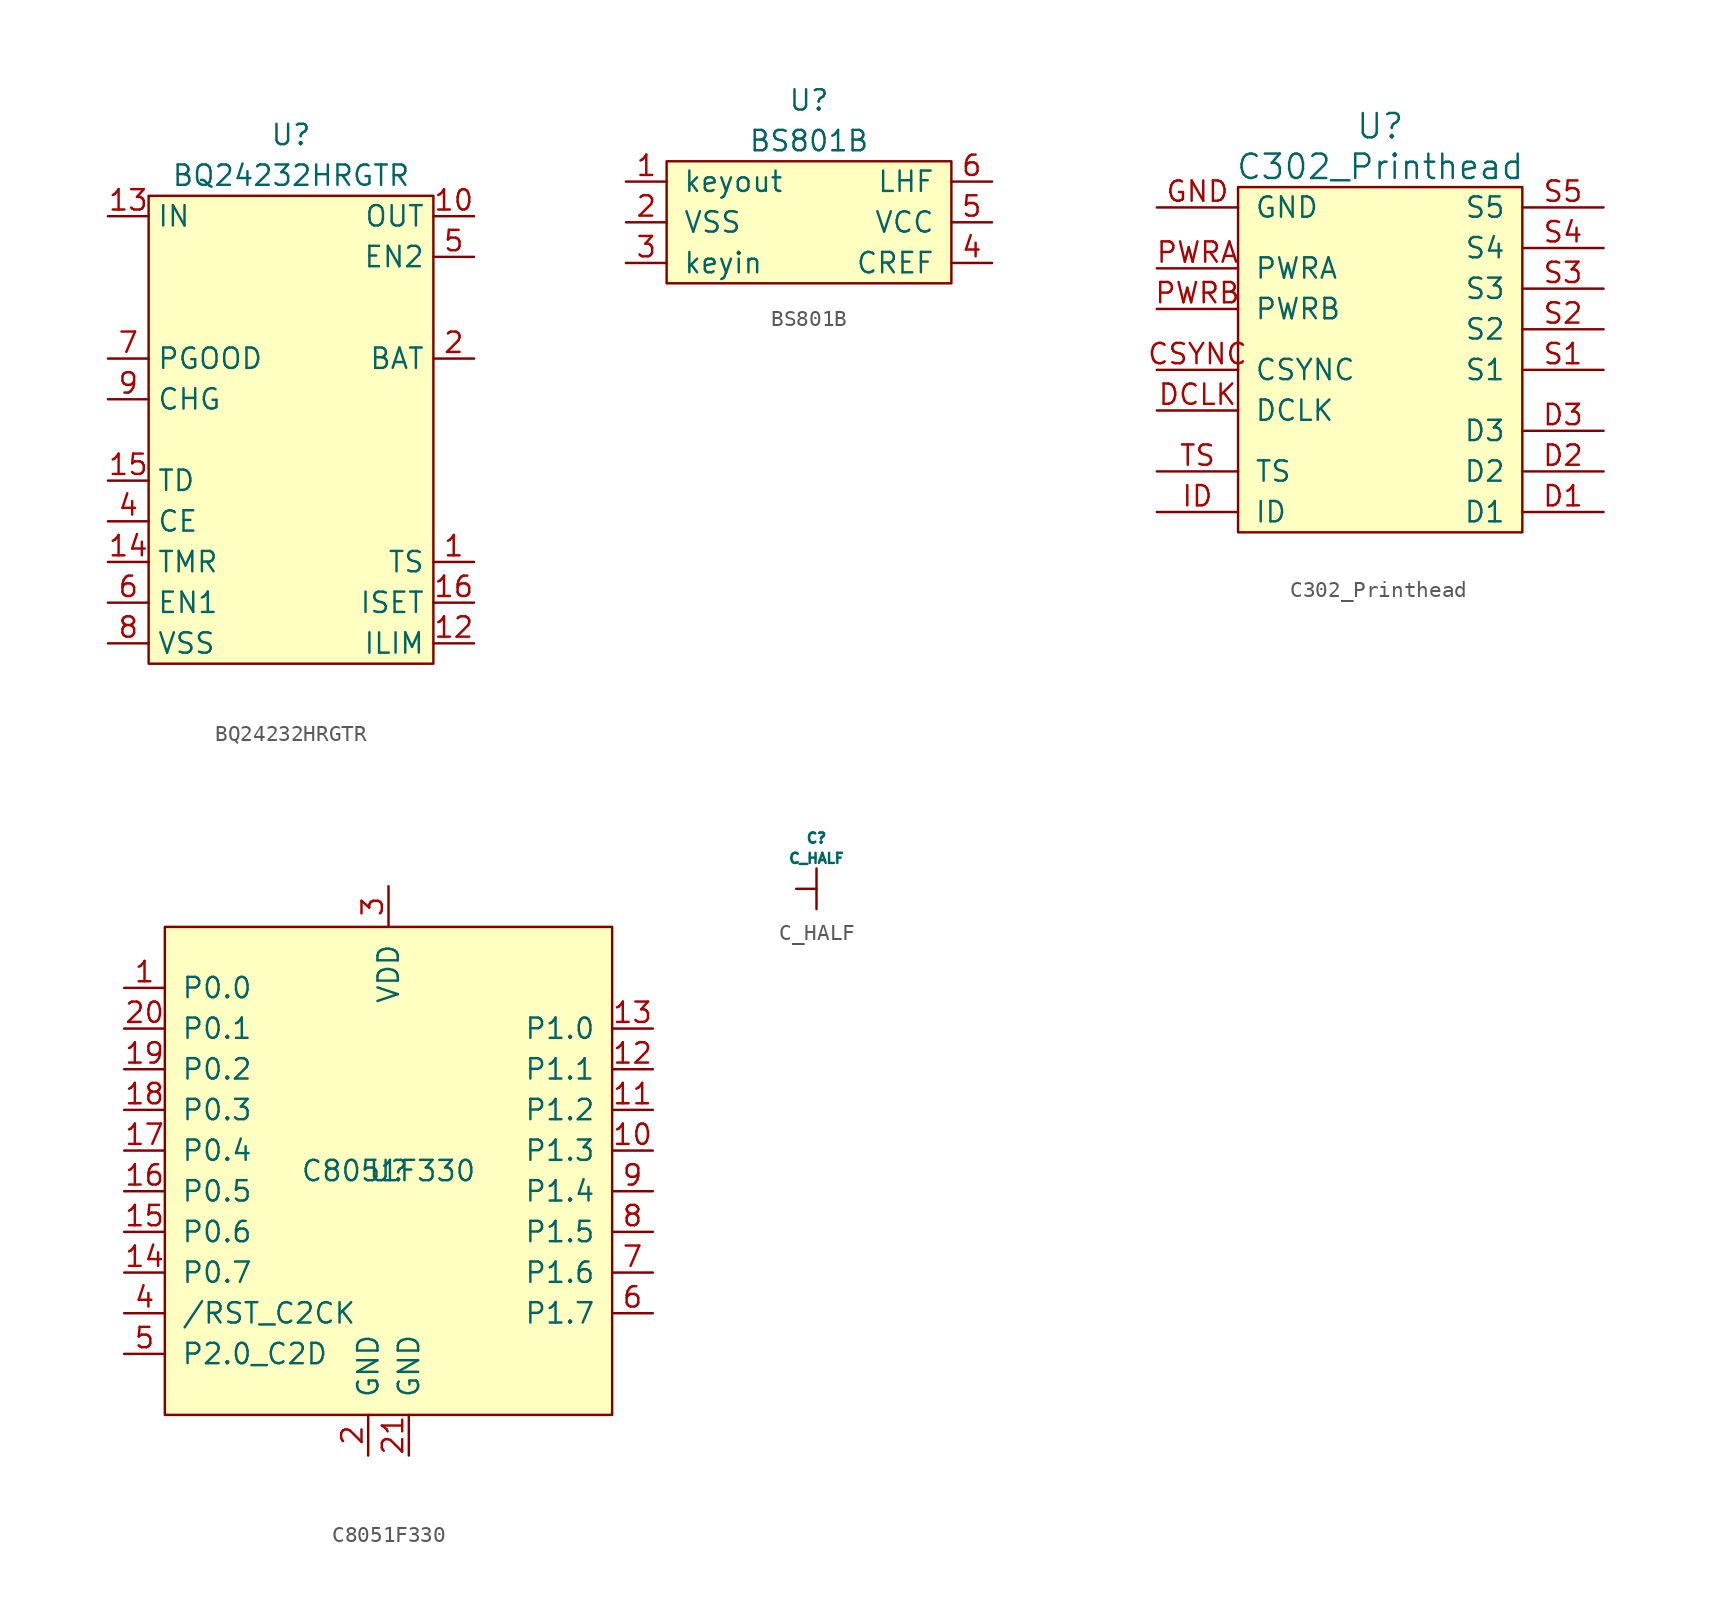
<source format=kicad_sym>
(kicad_symbol_lib
  (version 20211014)
  (generator kicad_symbol_editor)
  (symbol "BQ24232HRGTR"
    (property "Reference" "U"
      (at 0 19.05 0)
      (effects (font (size 1.27 1.27))))
    (property "Value" "BQ24232HRGTR"
      (at 0 16.51 0)
      (effects (font (size 1.27 1.27))))
    (symbol "BQ24232HRGTR_0_1"
      (rectangle (start -8.89 15.24) (end 8.89 -13.97) (stroke (width 0) (type default) (color 0 0 0 0)) (fill (type background))))
    (symbol "BQ24232HRGTR_1_1"
      (pin input line (at 11.43 -7.62 180) (length 2.54) (name "TS" (effects (font (size 1.27 1.27)))) (number "1" (effects (font (size 1.27 1.27)))))
      (pin input line (at 11.43 13.97 180) (length 2.54) (name "OUT" (effects (font (size 1.27 1.27)))) (number "10" (effects (font (size 1.27 1.27)))))
      (pin input line (at 11.43 13.97 180) (length 2.54) hide (name "OUT" (effects (font (size 1.27 1.27)))) (number "11" (effects (font (size 1.27 1.27)))))
      (pin input line (at 11.43 -12.7 180) (length 2.54) (name "ILIM" (effects (font (size 1.27 1.27)))) (number "12" (effects (font (size 1.27 1.27)))))
      (pin input line (at -11.43 13.97 0) (length 2.54) (name "IN" (effects (font (size 1.27 1.27)))) (number "13" (effects (font (size 1.27 1.27)))))
      (pin input line (at -11.43 -7.62 0) (length 2.54) (name "TMR" (effects (font (size 1.27 1.27)))) (number "14" (effects (font (size 1.27 1.27)))))
      (pin input line (at -11.43 -2.54 0) (length 2.54) (name "TD" (effects (font (size 1.27 1.27)))) (number "15" (effects (font (size 1.27 1.27)))))
      (pin input line (at 11.43 -10.16 180) (length 2.54) (name "ISET" (effects (font (size 1.27 1.27)))) (number "16" (effects (font (size 1.27 1.27)))))
      (pin input line (at -11.43 -12.7 0) (length 2.54) hide (name "VSS" (effects (font (size 1.27 1.27)))) (number "17" (effects (font (size 1.27 1.27)))))
      (pin input line (at 11.43 5.08 180) (length 2.54) (name "BAT" (effects (font (size 1.27 1.27)))) (number "2" (effects (font (size 1.27 1.27)))))
      (pin input line (at 11.43 5.08 180) (length 2.54) hide (name "BAT" (effects (font (size 1.27 1.27)))) (number "3" (effects (font (size 1.27 1.27)))))
      (pin input line (at -11.43 -5.08 0) (length 2.54) (name "CE" (effects (font (size 1.27 1.27)))) (number "4" (effects (font (size 1.27 1.27)))))
      (pin input line (at 11.43 11.43 180) (length 2.54) (name "EN2" (effects (font (size 1.27 1.27)))) (number "5" (effects (font (size 1.27 1.27)))))
      (pin input line (at -11.43 -10.16 0) (length 2.54) (name "EN1" (effects (font (size 1.27 1.27)))) (number "6" (effects (font (size 1.27 1.27)))))
      (pin input line (at -11.43 5.08 0) (length 2.54) (name "PGOOD" (effects (font (size 1.27 1.27)))) (number "7" (effects (font (size 1.27 1.27)))))
      (pin input line (at -11.43 -12.7 0) (length 2.54) (name "VSS" (effects (font (size 1.27 1.27)))) (number "8" (effects (font (size 1.27 1.27)))))
      (pin input line (at -11.43 2.54 0) (length 2.54) (name "CHG" (effects (font (size 1.27 1.27)))) (number "9" (effects (font (size 1.27 1.27)))))))
  (symbol "BS801B"
    (pin_names
      (offset 1.016))
    (property "Reference" "U"
      (at 0 7.62 0)
      (effects (font (size 1.27 1.27))))
    (property "Value" "BS801B"
      (at 0 5.08 0)
      (effects (font (size 1.27 1.27))))
    (symbol "BS801B_0_1"
      (rectangle (start -8.89 3.81) (end 8.89 -3.81) (stroke (width 0) (type default) (color 0 0 0 0)) (fill (type background))))
    (symbol "BS801B_1_1"
      (pin input line (at -11.43 2.54 0) (length 2.54) (name "keyout" (effects (font (size 1.27 1.27)))) (number "1" (effects (font (size 1.27 1.27)))))
      (pin input line (at -11.43 0 0) (length 2.54) (name "VSS" (effects (font (size 1.27 1.27)))) (number "2" (effects (font (size 1.27 1.27)))))
      (pin input line (at -11.43 -2.54 0) (length 2.54) (name "keyin" (effects (font (size 1.27 1.27)))) (number "3" (effects (font (size 1.27 1.27)))))
      (pin input line (at 11.43 -2.54 180) (length 2.54) (name "CREF" (effects (font (size 1.27 1.27)))) (number "4" (effects (font (size 1.27 1.27)))))
      (pin input line (at 11.43 0 180) (length 2.54) (name "VCC" (effects (font (size 1.27 1.27)))) (number "5" (effects (font (size 1.27 1.27)))))
      (pin input line (at 11.43 2.54 180) (length 2.54) (name "LHF" (effects (font (size 1.27 1.27)))) (number "6" (effects (font (size 1.27 1.27)))))))
  (symbol "C302_Printhead"
    (pin_names
      (offset 1.016))
    (property "Reference" "U"
      (at 0 12.7 0)
      (effects (font (size 1.524 1.524))))
    (property "Value" "C302_Printhead"
      (at 0 10.16 0)
      (effects (font (size 1.524 1.524))))
    (symbol "C302_Printhead_0_1"
      (rectangle (start -8.89 8.89) (end 8.89 -12.7) (stroke (width 0) (type default) (color 0 0 0 0)) (fill (type background))))
    (symbol "C302_Printhead_1_1"
      (pin input line (at -13.97 -2.54 0) (length 5.08) (name "CSYNC" (effects (font (size 1.27 1.27)))) (number "CSYNC" (effects (font (size 1.27 1.27)))))
      (pin input line (at 13.97 -11.43 180) (length 5.08) (name "D1" (effects (font (size 1.27 1.27)))) (number "D1" (effects (font (size 1.27 1.27)))))
      (pin input line (at 13.97 -8.89 180) (length 5.08) (name "D2" (effects (font (size 1.27 1.27)))) (number "D2" (effects (font (size 1.27 1.27)))))
      (pin input line (at 13.97 -6.35 180) (length 5.08) (name "D3" (effects (font (size 1.27 1.27)))) (number "D3" (effects (font (size 1.27 1.27)))))
      (pin input line (at -13.97 -5.08 0) (length 5.08) (name "DCLK" (effects (font (size 1.27 1.27)))) (number "DCLK" (effects (font (size 1.27 1.27)))))
      (pin input line (at -13.97 7.62 0) (length 5.08) (name "GND" (effects (font (size 1.27 1.27)))) (number "GND" (effects (font (size 1.27 1.27)))))
      (pin input line (at -13.97 -11.43 0) (length 5.08) (name "ID" (effects (font (size 1.27 1.27)))) (number "ID" (effects (font (size 1.27 1.27)))))
      (pin input line (at -13.97 3.81 0) (length 5.08) (name "PWRA" (effects (font (size 1.27 1.27)))) (number "PWRA" (effects (font (size 1.27 1.27)))))
      (pin input line (at -13.97 1.27 0) (length 5.08) (name "PWRB" (effects (font (size 1.27 1.27)))) (number "PWRB" (effects (font (size 1.27 1.27)))))
      (pin input line (at 13.97 -2.54 180) (length 5.08) (name "S1" (effects (font (size 1.27 1.27)))) (number "S1" (effects (font (size 1.27 1.27)))))
      (pin input line (at 13.97 0 180) (length 5.08) (name "S2" (effects (font (size 1.27 1.27)))) (number "S2" (effects (font (size 1.27 1.27)))))
      (pin input line (at 13.97 2.54 180) (length 5.08) (name "S3" (effects (font (size 1.27 1.27)))) (number "S3" (effects (font (size 1.27 1.27)))))
      (pin input line (at 13.97 5.08 180) (length 5.08) (name "S4" (effects (font (size 1.27 1.27)))) (number "S4" (effects (font (size 1.27 1.27)))))
      (pin input line (at 13.97 7.62 180) (length 5.08) (name "S5" (effects (font (size 1.27 1.27)))) (number "S5" (effects (font (size 1.27 1.27)))))
      (pin input line (at -13.97 -8.89 0) (length 5.08) (name "TS" (effects (font (size 1.27 1.27)))) (number "TS" (effects (font (size 1.27 1.27)))))))
  (symbol "C8051F330"
    (pin_names
      (offset 1.016))
    (property "Reference" "U"
      (at 0 0 0)
      (effects (font (size 1.27 1.27))))
    (property "Value" "C8051F330"
      (at 0 0 0)
      (effects (font (size 1.27 1.27))))
    (symbol "C8051F330_0_1"
      (rectangle (start -13.97 15.24) (end 13.97 -15.24) (stroke (width 0) (type default) (color 0 0 0 0)) (fill (type background))))
    (symbol "C8051F330_1_1"
      (pin input line (at -16.51 11.43 0) (length 2.54) (name "P0.0" (effects (font (size 1.27 1.27)))) (number "1" (effects (font (size 1.27 1.27)))))
      (pin input line (at 16.51 1.27 180) (length 2.54) (name "P1.3" (effects (font (size 1.27 1.27)))) (number "10" (effects (font (size 1.27 1.27)))))
      (pin input line (at 16.51 3.81 180) (length 2.54) (name "P1.2" (effects (font (size 1.27 1.27)))) (number "11" (effects (font (size 1.27 1.27)))))
      (pin input line (at 16.51 6.35 180) (length 2.54) (name "P1.1" (effects (font (size 1.27 1.27)))) (number "12" (effects (font (size 1.27 1.27)))))
      (pin input line (at 16.51 8.89 180) (length 2.54) (name "P1.0" (effects (font (size 1.27 1.27)))) (number "13" (effects (font (size 1.27 1.27)))))
      (pin input line (at -16.51 -6.35 0) (length 2.54) (name "P0.7" (effects (font (size 1.27 1.27)))) (number "14" (effects (font (size 1.27 1.27)))))
      (pin input line (at -16.51 -3.81 0) (length 2.54) (name "P0.6" (effects (font (size 1.27 1.27)))) (number "15" (effects (font (size 1.27 1.27)))))
      (pin input line (at -16.51 -1.27 0) (length 2.54) (name "P0.5" (effects (font (size 1.27 1.27)))) (number "16" (effects (font (size 1.27 1.27)))))
      (pin input line (at -16.51 1.27 0) (length 2.54) (name "P0.4" (effects (font (size 1.27 1.27)))) (number "17" (effects (font (size 1.27 1.27)))))
      (pin input line (at -16.51 3.81 0) (length 2.54) (name "P0.3" (effects (font (size 1.27 1.27)))) (number "18" (effects (font (size 1.27 1.27)))))
      (pin input line (at -16.51 6.35 0) (length 2.54) (name "P0.2" (effects (font (size 1.27 1.27)))) (number "19" (effects (font (size 1.27 1.27)))))
      (pin input line (at -1.27 -17.78 90) (length 2.54) (name "GND" (effects (font (size 1.27 1.27)))) (number "2" (effects (font (size 1.27 1.27)))))
      (pin input line (at -16.51 8.89 0) (length 2.54) (name "P0.1" (effects (font (size 1.27 1.27)))) (number "20" (effects (font (size 1.27 1.27)))))
      (pin input line (at 1.27 -17.78 90) (length 2.54) (name "GND" (effects (font (size 1.27 1.27)))) (number "21" (effects (font (size 1.27 1.27)))))
      (pin input line (at 0 17.78 270) (length 2.54) (name "VDD" (effects (font (size 1.27 1.27)))) (number "3" (effects (font (size 1.27 1.27)))))
      (pin input line (at -16.51 -8.89 0) (length 2.54) (name "/RST_C2CK" (effects (font (size 1.27 1.27)))) (number "4" (effects (font (size 1.27 1.27)))))
      (pin input line (at -16.51 -11.43 0) (length 2.54) (name "P2.0_C2D" (effects (font (size 1.27 1.27)))) (number "5" (effects (font (size 1.27 1.27)))))
      (pin input line (at 16.51 -8.89 180) (length 2.54) (name "P1.7" (effects (font (size 1.27 1.27)))) (number "6" (effects (font (size 1.27 1.27)))))
      (pin input line (at 16.51 -6.35 180) (length 2.54) (name "P1.6" (effects (font (size 1.27 1.27)))) (number "7" (effects (font (size 1.27 1.27)))))
      (pin input line (at 16.51 -3.81 180) (length 2.54) (name "P1.5" (effects (font (size 1.27 1.27)))) (number "8" (effects (font (size 1.27 1.27)))))
      (pin input line (at 16.51 -1.27 180) (length 2.54) (name "P1.4" (effects (font (size 1.27 1.27)))) (number "9" (effects (font (size 1.27 1.27)))))))
  (symbol "C_HALF"
    (pin_numbers hide)
    (pin_names
      (offset 1.016) hide)
    (property "Reference" "C"
      (at 0 3.175 0)
      (effects (font (size 0.635 0.635))))
    (property "Value" "C_HALF"
      (at 0 1.905 0)
      (effects (font (size 0.635 0.635))))
    (symbol "C_HALF_0_1"
      (rectangle (start 0 1.27) (end 0 -1.27) (stroke (width 0) (type default) (color 0 0 0 0)) (fill (type none))))
    (symbol "C_HALF_1_1"
      (pin input line (at -1.27 0 0) (length 1.27) (name "1" (effects (font (size 1.27 1.27)))) (number "1" (effects (font (size 1.27 1.27))))))))
</source>
